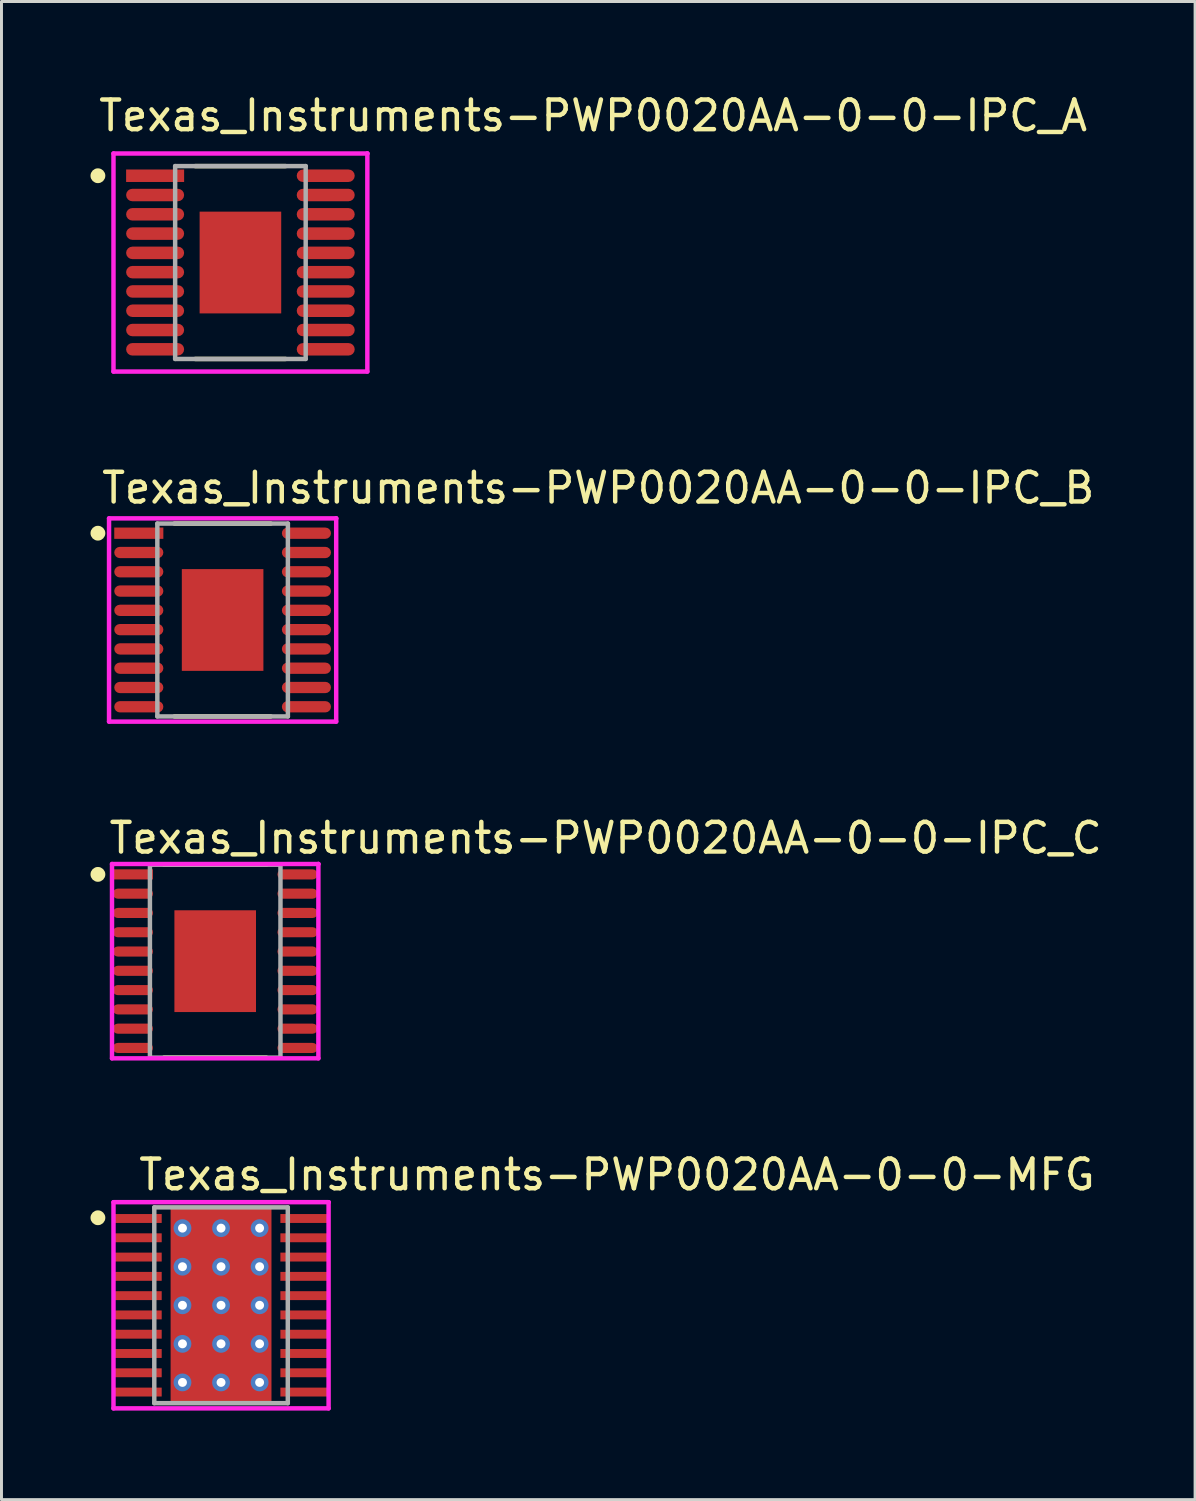
<source format=kicad_pcb>
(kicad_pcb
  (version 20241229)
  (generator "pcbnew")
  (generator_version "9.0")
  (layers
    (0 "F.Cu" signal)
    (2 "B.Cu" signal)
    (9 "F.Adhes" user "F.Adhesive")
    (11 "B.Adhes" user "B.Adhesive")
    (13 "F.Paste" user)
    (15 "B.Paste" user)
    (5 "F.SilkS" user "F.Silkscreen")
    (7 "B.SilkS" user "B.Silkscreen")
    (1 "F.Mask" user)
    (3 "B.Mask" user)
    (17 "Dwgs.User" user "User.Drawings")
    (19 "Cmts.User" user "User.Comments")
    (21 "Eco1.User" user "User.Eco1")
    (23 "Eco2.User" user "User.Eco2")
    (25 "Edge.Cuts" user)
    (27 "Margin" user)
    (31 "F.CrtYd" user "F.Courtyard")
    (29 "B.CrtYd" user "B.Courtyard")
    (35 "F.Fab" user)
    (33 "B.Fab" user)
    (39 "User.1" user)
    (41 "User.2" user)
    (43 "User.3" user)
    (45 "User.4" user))
  (footprint "Texas_Instruments-PWP0020AA-0-0-IPC_B"
    (layer "F.Cu")
    (at 4.453 17.846)
    (property "Reference" "Texas_Instruments-PWP0020AA-0-0-IPC_B" (at -4.153 -4.45 0) (layer "F.SilkS") (effects (font (size 1 1) (thickness 0.15)) (justify left)))
    (attr through_hole)
    (fp_line (start -1.623 -3.25) (end 1.623 -3.25) (stroke (width 0.15) (type solid)) (layer "F.SilkS"))
    (fp_line (start -1.623 3.25) (end 1.623 3.25) (stroke (width 0.15) (type solid)) (layer "F.SilkS"))
    (fp_circle (center -4.203 -2.925) (end -4.078 -2.925) (stroke (width 0.25) (type solid)) (fill no) (layer "F.SilkS"))
    (fp_poly (pts (xy -0.816 -1.156) (xy 0.816 -1.156) (xy 0.816 1.156) (xy -0.816 1.156)) (stroke (width 0) (type solid)) (fill yes) (layer "F.Paste"))
    (fp_line (start -3.828 -3.425) (end -3.828 3.425) (stroke (width 0.15) (type solid)) (layer "F.CrtYd"))
    (fp_line (start -3.828 3.425) (end 3.828 3.425) (stroke (width 0.15) (type solid)) (layer "F.CrtYd"))
    (fp_line (start 3.828 -3.425) (end -3.828 -3.425) (stroke (width 0.15) (type solid)) (layer "F.CrtYd"))
    (fp_line (start 3.828 -3.425) (end 3.828 -3.425) (stroke (width 0.15) (type solid)) (layer "F.CrtYd"))
    (fp_line (start 3.828 3.425) (end 3.828 -3.425) (stroke (width 0.15) (type solid)) (layer "F.CrtYd"))
    (fp_line (start -2.2 -3.25) (end 2.2 -3.25) (stroke (width 0.15) (type solid)) (layer "F.Fab"))
    (fp_line (start -2.2 3.25) (end -2.2 -3.25) (stroke (width 0.15) (type solid)) (layer "F.Fab"))
    (fp_line (start 2.2 -3.25) (end 2.2 3.25) (stroke (width 0.15) (type solid)) (layer "F.Fab"))
    (fp_line (start 2.2 3.25) (end -2.2 3.25) (stroke (width 0.15) (type solid)) (layer "F.Fab"))
    (pad "1" smd rect (at -2.825 -2.925) (size 1.655 0.381) (layers "F.Cu" "F.Mask" "F.Paste"))
    (pad "2" smd roundrect (at -2.825 -2.275) (size 1.655 0.381) (layers "F.Cu" "F.Mask" "F.Paste") (roundrect_rratio 0.5))
    (pad "3" smd roundrect (at -2.825 -1.625) (size 1.655 0.381) (layers "F.Cu" "F.Mask" "F.Paste") (roundrect_rratio 0.5))
    (pad "4" smd roundrect (at -2.825 -0.975) (size 1.655 0.381) (layers "F.Cu" "F.Mask" "F.Paste") (roundrect_rratio 0.5))
    (pad "5" smd roundrect (at -2.825 -0.325) (size 1.655 0.381) (layers "F.Cu" "F.Mask" "F.Paste") (roundrect_rratio 0.5))
    (pad "6" smd roundrect (at -2.825 0.325) (size 1.655 0.381) (layers "F.Cu" "F.Mask" "F.Paste") (roundrect_rratio 0.5))
    (pad "7" smd roundrect (at -2.825 0.975) (size 1.655 0.381) (layers "F.Cu" "F.Mask" "F.Paste") (roundrect_rratio 0.5))
    (pad "8" smd roundrect (at -2.825 1.625) (size 1.655 0.381) (layers "F.Cu" "F.Mask" "F.Paste") (roundrect_rratio 0.5))
    (pad "9" smd roundrect (at -2.825 2.275) (size 1.655 0.381) (layers "F.Cu" "F.Mask" "F.Paste") (roundrect_rratio 0.5))
    (pad "10" smd roundrect (at -2.825 2.925) (size 1.655 0.381) (layers "F.Cu" "F.Mask" "F.Paste") (roundrect_rratio 0.5))
    (pad "11" smd roundrect (at 2.825 2.925) (size 1.655 0.381) (layers "F.Cu" "F.Mask" "F.Paste") (roundrect_rratio 0.5))
    (pad "12" smd roundrect (at 2.825 2.275) (size 1.655 0.381) (layers "F.Cu" "F.Mask" "F.Paste") (roundrect_rratio 0.5))
    (pad "13" smd roundrect (at 2.825 1.625) (size 1.655 0.381) (layers "F.Cu" "F.Mask" "F.Paste") (roundrect_rratio 0.5))
    (pad "14" smd roundrect (at 2.825 0.975) (size 1.655 0.381) (layers "F.Cu" "F.Mask" "F.Paste") (roundrect_rratio 0.5))
    (pad "15" smd roundrect (at 2.825 0.325) (size 1.655 0.381) (layers "F.Cu" "F.Mask" "F.Paste") (roundrect_rratio 0.5))
    (pad "16" smd roundrect (at 2.825 -0.325) (size 1.655 0.381) (layers "F.Cu" "F.Mask" "F.Paste") (roundrect_rratio 0.5))
    (pad "17" smd roundrect (at 2.825 -0.975) (size 1.655 0.381) (layers "F.Cu" "F.Mask" "F.Paste") (roundrect_rratio 0.5))
    (pad "18" smd roundrect (at 2.825 -1.625) (size 1.655 0.381) (layers "F.Cu" "F.Mask" "F.Paste") (roundrect_rratio 0.5))
    (pad "19" smd roundrect (at 2.825 -2.275) (size 1.655 0.381) (layers "F.Cu" "F.Mask" "F.Paste") (roundrect_rratio 0.5))
    (pad "20" smd roundrect (at 2.825 -2.925) (size 1.655 0.381) (layers "F.Cu" "F.Mask" "F.Paste") (roundrect_rratio 0.5))
    (pad "21" smd rect (at 0 0) (size 2.75 3.43) (layers "F.Cu" "F.Mask")))
  (footprint "Texas_Instruments-PWP0020AA-0-0-IPC_C"
    (layer "F.Cu")
    (at 4.203 29.345)
    (property "Reference" "Texas_Instruments-PWP0020AA-0-0-IPC_C" (at -3.653 -4.15 0) (layer "F.SilkS") (effects (font (size 1 1) (thickness 0.15)) (justify left)))
    (attr through_hole)
    (fp_line (start -1.723 -3.25) (end 1.723 -3.25) (stroke (width 0.15) (type solid)) (layer "F.SilkS"))
    (fp_line (start -1.723 3.25) (end 1.723 3.25) (stroke (width 0.15) (type solid)) (layer "F.SilkS"))
    (fp_circle (center -3.953 -2.925) (end -3.828 -2.925) (stroke (width 0.25) (type solid)) (fill no) (layer "F.SilkS"))
    (fp_poly (pts (xy -0.816 -1.156) (xy 0.816 -1.156) (xy 0.816 1.156) (xy -0.816 1.156)) (stroke (width 0) (type solid)) (fill yes) (layer "F.Paste"))
    (fp_line (start -3.478 -3.275) (end -3.478 3.275) (stroke (width 0.15) (type solid)) (layer "F.CrtYd"))
    (fp_line (start -3.478 3.275) (end 3.478 3.275) (stroke (width 0.15) (type solid)) (layer "F.CrtYd"))
    (fp_line (start 3.478 -3.275) (end -3.478 -3.275) (stroke (width 0.15) (type solid)) (layer "F.CrtYd"))
    (fp_line (start 3.478 -3.275) (end 3.478 -3.275) (stroke (width 0.15) (type solid)) (layer "F.CrtYd"))
    (fp_line (start 3.478 3.275) (end 3.478 -3.275) (stroke (width 0.15) (type solid)) (layer "F.CrtYd"))
    (fp_line (start -2.2 -3.25) (end 2.2 -3.25) (stroke (width 0.15) (type solid)) (layer "F.Fab"))
    (fp_line (start -2.2 3.25) (end -2.2 -3.25) (stroke (width 0.15) (type solid)) (layer "F.Fab"))
    (fp_line (start 2.2 -3.25) (end 2.2 3.25) (stroke (width 0.15) (type solid)) (layer "F.Fab"))
    (fp_line (start 2.2 3.25) (end -2.2 3.25) (stroke (width 0.15) (type solid)) (layer "F.Fab"))
    (pad "1" smd rect (at -2.775 -2.925) (size 1.355 0.341) (layers "F.Cu" "F.Mask" "F.Paste"))
    (pad "2" smd roundrect (at -2.775 -2.275) (size 1.355 0.341) (layers "F.Cu" "F.Mask" "F.Paste") (roundrect_rratio 0.5))
    (pad "3" smd roundrect (at -2.775 -1.625) (size 1.355 0.341) (layers "F.Cu" "F.Mask" "F.Paste") (roundrect_rratio 0.5))
    (pad "4" smd roundrect (at -2.775 -0.975) (size 1.355 0.341) (layers "F.Cu" "F.Mask" "F.Paste") (roundrect_rratio 0.5))
    (pad "5" smd roundrect (at -2.775 -0.325) (size 1.355 0.341) (layers "F.Cu" "F.Mask" "F.Paste") (roundrect_rratio 0.5))
    (pad "6" smd roundrect (at -2.775 0.325) (size 1.355 0.341) (layers "F.Cu" "F.Mask" "F.Paste") (roundrect_rratio 0.5))
    (pad "7" smd roundrect (at -2.775 0.975) (size 1.355 0.341) (layers "F.Cu" "F.Mask" "F.Paste") (roundrect_rratio 0.5))
    (pad "8" smd roundrect (at -2.775 1.625) (size 1.355 0.341) (layers "F.Cu" "F.Mask" "F.Paste") (roundrect_rratio 0.5))
    (pad "9" smd roundrect (at -2.775 2.275) (size 1.355 0.341) (layers "F.Cu" "F.Mask" "F.Paste") (roundrect_rratio 0.5))
    (pad "10" smd roundrect (at -2.775 2.925) (size 1.355 0.341) (layers "F.Cu" "F.Mask" "F.Paste") (roundrect_rratio 0.5))
    (pad "11" smd roundrect (at 2.775 2.925) (size 1.355 0.341) (layers "F.Cu" "F.Mask" "F.Paste") (roundrect_rratio 0.5))
    (pad "12" smd roundrect (at 2.775 2.275) (size 1.355 0.341) (layers "F.Cu" "F.Mask" "F.Paste") (roundrect_rratio 0.5))
    (pad "13" smd roundrect (at 2.775 1.625) (size 1.355 0.341) (layers "F.Cu" "F.Mask" "F.Paste") (roundrect_rratio 0.5))
    (pad "14" smd roundrect (at 2.775 0.975) (size 1.355 0.341) (layers "F.Cu" "F.Mask" "F.Paste") (roundrect_rratio 0.5))
    (pad "15" smd roundrect (at 2.775 0.325) (size 1.355 0.341) (layers "F.Cu" "F.Mask" "F.Paste") (roundrect_rratio 0.5))
    (pad "16" smd roundrect (at 2.775 -0.325) (size 1.355 0.341) (layers "F.Cu" "F.Mask" "F.Paste") (roundrect_rratio 0.5))
    (pad "17" smd roundrect (at 2.775 -0.975) (size 1.355 0.341) (layers "F.Cu" "F.Mask" "F.Paste") (roundrect_rratio 0.5))
    (pad "18" smd roundrect (at 2.775 -1.625) (size 1.355 0.341) (layers "F.Cu" "F.Mask" "F.Paste") (roundrect_rratio 0.5))
    (pad "19" smd roundrect (at 2.775 -2.275) (size 1.355 0.341) (layers "F.Cu" "F.Mask" "F.Paste") (roundrect_rratio 0.5))
    (pad "20" smd roundrect (at 2.775 -2.925) (size 1.355 0.341) (layers "F.Cu" "F.Mask" "F.Paste") (roundrect_rratio 0.5))
    (pad "21" smd rect (at 0 0) (size 2.75 3.43) (layers "F.Cu" "F.Mask")))
  (footprint "Texas_Instruments-PWP0020AA-0-0-MFG"
    (layer "F.Cu")
    (at 4.4 40.943)
    (property "Reference" "Texas_Instruments-PWP0020AA-0-0-MFG" (at -2.85 -4.4 0) (layer "F.SilkS") (effects (font (size 1 1) (thickness 0.15)) (justify left)))
    (attr through_hole)
    (fp_circle (center -4.15 -2.95) (end -4.025 -2.95) (stroke (width 0.25) (type solid)) (fill no) (layer "F.SilkS"))
    (fp_line (start -3.625 -3.475) (end -3.625 3.475) (stroke (width 0.15) (type solid)) (layer "F.CrtYd"))
    (fp_line (start -3.625 3.475) (end 3.625 3.475) (stroke (width 0.15) (type solid)) (layer "F.CrtYd"))
    (fp_line (start 3.625 -3.475) (end -3.625 -3.475) (stroke (width 0.15) (type solid)) (layer "F.CrtYd"))
    (fp_line (start 3.625 -3.475) (end 3.625 -3.475) (stroke (width 0.15) (type solid)) (layer "F.CrtYd"))
    (fp_line (start 3.625 3.475) (end 3.625 -3.475) (stroke (width 0.15) (type solid)) (layer "F.CrtYd"))
    (fp_line (start -2.25 -3.3) (end 2.25 -3.3) (stroke (width 0.15) (type solid)) (layer "F.Fab"))
    (fp_line (start -2.25 3.3) (end -2.25 -3.3) (stroke (width 0.15) (type solid)) (layer "F.Fab"))
    (fp_line (start 2.25 -3.3) (end 2.25 3.3) (stroke (width 0.15) (type solid)) (layer "F.Fab"))
    (fp_line (start 2.25 3.3) (end -2.25 3.3) (stroke (width 0.15) (type solid)) (layer "F.Fab"))
    (pad "" smd rect (at -2.8 -2.925) (size 1.55 0.25) (layers "F.Paste"))
    (pad "" smd rect (at -2.8 -2.275) (size 1.55 0.25) (layers "F.Paste"))
    (pad "" smd rect (at -2.8 -1.625) (size 1.55 0.25) (layers "F.Paste"))
    (pad "" smd rect (at -2.8 -0.975) (size 1.55 0.25) (layers "F.Paste"))
    (pad "" smd rect (at -2.8 -0.325) (size 1.55 0.25) (layers "F.Paste"))
    (pad "" smd rect (at -2.8 0.325) (size 1.55 0.25) (layers "F.Paste"))
    (pad "" smd rect (at -2.8 0.975) (size 1.55 0.25) (layers "F.Paste"))
    (pad "" smd rect (at -2.8 1.625) (size 1.55 0.25) (layers "F.Paste"))
    (pad "" smd rect (at -2.8 2.275) (size 1.55 0.25) (layers "F.Paste"))
    (pad "" smd rect (at -2.8 2.925) (size 1.55 0.25) (layers "F.Paste"))
    (pad "" smd rect (at 0 0) (size 2.4 3.7) (layers "F.Mask" "F.Paste"))
    (pad "" smd rect (at 2.8 -2.925) (size 1.55 0.25) (layers "F.Paste"))
    (pad "" smd rect (at 2.8 -2.275) (size 1.55 0.25) (layers "F.Paste"))
    (pad "" smd rect (at 2.8 -1.625) (size 1.55 0.25) (layers "F.Paste"))
    (pad "" smd rect (at 2.8 -0.975) (size 1.55 0.25) (layers "F.Paste"))
    (pad "" smd rect (at 2.8 -0.325) (size 1.55 0.25) (layers "F.Paste"))
    (pad "" smd rect (at 2.8 0.325) (size 1.55 0.25) (layers "F.Paste"))
    (pad "" smd rect (at 2.8 0.975) (size 1.55 0.25) (layers "F.Paste"))
    (pad "" smd rect (at 2.8 1.625) (size 1.55 0.25) (layers "F.Paste"))
    (pad "" smd rect (at 2.8 2.275) (size 1.55 0.25) (layers "F.Paste"))
    (pad "" smd rect (at 2.8 2.925) (size 1.55 0.25) (layers "F.Paste"))
    (pad "1" smd rect (at -2.8 -2.925) (size 1.6 0.3) (layers "F.Cu" "F.Mask"))
    (pad "2" smd rect (at -2.8 -2.275) (size 1.6 0.3) (layers "F.Cu" "F.Mask"))
    (pad "3" smd rect (at -2.8 -1.625) (size 1.6 0.3) (layers "F.Cu" "F.Mask"))
    (pad "4" smd rect (at -2.8 -0.975) (size 1.6 0.3) (layers "F.Cu" "F.Mask"))
    (pad "5" smd rect (at -2.8 -0.325) (size 1.6 0.3) (layers "F.Cu" "F.Mask"))
    (pad "6" smd rect (at -2.8 0.325) (size 1.6 0.3) (layers "F.Cu" "F.Mask"))
    (pad "7" smd rect (at -2.8 0.975) (size 1.6 0.3) (layers "F.Cu" "F.Mask"))
    (pad "8" smd rect (at -2.8 1.625) (size 1.6 0.3) (layers "F.Cu" "F.Mask"))
    (pad "9" smd rect (at -2.8 2.275) (size 1.6 0.3) (layers "F.Cu" "F.Mask"))
    (pad "10" smd rect (at -2.8 2.925) (size 1.6 0.3) (layers "F.Cu" "F.Mask"))
    (pad "11" smd rect (at 2.8 2.925) (size 1.6 0.3) (layers "F.Cu" "F.Mask"))
    (pad "12" smd rect (at 2.8 2.275) (size 1.6 0.3) (layers "F.Cu" "F.Mask"))
    (pad "13" smd rect (at 2.8 1.625) (size 1.6 0.3) (layers "F.Cu" "F.Mask"))
    (pad "14" smd rect (at 2.8 0.975) (size 1.6 0.3) (layers "F.Cu" "F.Mask"))
    (pad "15" smd rect (at 2.8 0.325) (size 1.6 0.3) (layers "F.Cu" "F.Mask"))
    (pad "16" smd rect (at 2.8 -0.325) (size 1.6 0.3) (layers "F.Cu" "F.Mask"))
    (pad "17" smd rect (at 2.8 -0.975) (size 1.6 0.3) (layers "F.Cu" "F.Mask"))
    (pad "18" smd rect (at 2.8 -1.625) (size 1.6 0.3) (layers "F.Cu" "F.Mask"))
    (pad "19" smd rect (at 2.8 -2.275) (size 1.6 0.3) (layers "F.Cu" "F.Mask"))
    (pad "20" smd rect (at 2.8 -2.925) (size 1.6 0.3) (layers "F.Cu" "F.Mask"))
    (pad "21" smd rect (at 0 0) (size 3.4 6.5) (layers "F.Cu"))
    (pad "~" thru_hole circle (at -1.3 -2.6) (size 0.6 0.6) (drill 0.3) (layers "*.Cu"))
    (pad "~" thru_hole circle (at -1.3 -1.3) (size 0.6 0.6) (drill 0.3) (layers "*.Cu"))
    (pad "~" thru_hole circle (at -1.3 0) (size 0.6 0.6) (drill 0.3) (layers "*.Cu"))
    (pad "~" thru_hole circle (at -1.3 1.3) (size 0.6 0.6) (drill 0.3) (layers "*.Cu"))
    (pad "~" thru_hole circle (at -1.3 2.6) (size 0.6 0.6) (drill 0.3) (layers "*.Cu"))
    (pad "~" thru_hole circle (at 0 -2.6) (size 0.6 0.6) (drill 0.3) (layers "*.Cu"))
    (pad "~" thru_hole circle (at 0 -1.3) (size 0.6 0.6) (drill 0.3) (layers "*.Cu"))
    (pad "~" thru_hole circle (at 0 0) (size 0.6 0.6) (drill 0.3) (layers "*.Cu"))
    (pad "~" thru_hole circle (at 0 1.3) (size 0.6 0.6) (drill 0.3) (layers "*.Cu"))
    (pad "~" thru_hole circle (at 0 2.6) (size 0.6 0.6) (drill 0.3) (layers "*.Cu"))
    (pad "~" thru_hole circle (at 1.3 -2.6) (size 0.6 0.6) (drill 0.3) (layers "*.Cu"))
    (pad "~" thru_hole circle (at 1.3 -1.3) (size 0.6 0.6) (drill 0.3) (layers "*.Cu"))
    (pad "~" thru_hole circle (at 1.3 0) (size 0.6 0.6) (drill 0.3) (layers "*.Cu"))
    (pad "~" thru_hole circle (at 1.3 1.3) (size 0.6 0.6) (drill 0.3) (layers "*.Cu"))
    (pad "~" thru_hole circle (at 1.3 2.6) (size 0.6 0.6) (drill 0.3) (layers "*.Cu")))
  (footprint "Texas_Instruments-PWP0020AA-0-0-IPC_A"
    (layer "F.Cu")
    (at 5.053 5.798)
    (property "Reference" "Texas_Instruments-PWP0020AA-0-0-IPC_A" (at -4.853 -4.95 0) (layer "F.SilkS") (effects (font (size 1 1) (thickness 0.15)) (justify left)))
    (attr through_hole)
    (fp_line (start -1.523 -3.25) (end 1.523 -3.25) (stroke (width 0.15) (type solid)) (layer "F.SilkS"))
    (fp_line (start -1.523 3.25) (end 1.523 3.25) (stroke (width 0.15) (type solid)) (layer "F.SilkS"))
    (fp_circle (center -4.803 -2.925) (end -4.678 -2.925) (stroke (width 0.25) (type solid)) (fill no) (layer "F.SilkS"))
    (fp_poly (pts (xy -0.816 -1.156) (xy 0.816 -1.156) (xy 0.816 1.156) (xy -0.816 1.156)) (stroke (width 0) (type solid)) (fill yes) (layer "F.Paste"))
    (fp_line (start -4.278 -3.675) (end -4.278 3.675) (stroke (width 0.15) (type solid)) (layer "F.CrtYd"))
    (fp_line (start -4.278 3.675) (end 4.278 3.675) (stroke (width 0.15) (type solid)) (layer "F.CrtYd"))
    (fp_line (start 4.278 -3.675) (end -4.278 -3.675) (stroke (width 0.15) (type solid)) (layer "F.CrtYd"))
    (fp_line (start 4.278 -3.675) (end 4.278 -3.675) (stroke (width 0.15) (type solid)) (layer "F.CrtYd"))
    (fp_line (start 4.278 3.675) (end 4.278 -3.675) (stroke (width 0.15) (type solid)) (layer "F.CrtYd"))
    (fp_line (start -2.2 -3.25) (end 2.2 -3.25) (stroke (width 0.15) (type solid)) (layer "F.Fab"))
    (fp_line (start -2.2 3.25) (end -2.2 -3.25) (stroke (width 0.15) (type solid)) (layer "F.Fab"))
    (fp_line (start 2.2 -3.25) (end 2.2 3.25) (stroke (width 0.15) (type solid)) (layer "F.Fab"))
    (fp_line (start 2.2 3.25) (end -2.2 3.25) (stroke (width 0.15) (type solid)) (layer "F.Fab"))
    (pad "1" smd rect (at -2.875 -2.925) (size 1.955 0.421) (layers "F.Cu" "F.Mask" "F.Paste"))
    (pad "2" smd roundrect (at -2.875 -2.275) (size 1.955 0.421) (layers "F.Cu" "F.Mask" "F.Paste") (roundrect_rratio 0.5))
    (pad "3" smd roundrect (at -2.875 -1.625) (size 1.955 0.421) (layers "F.Cu" "F.Mask" "F.Paste") (roundrect_rratio 0.5))
    (pad "4" smd roundrect (at -2.875 -0.975) (size 1.955 0.421) (layers "F.Cu" "F.Mask" "F.Paste") (roundrect_rratio 0.5))
    (pad "5" smd roundrect (at -2.875 -0.325) (size 1.955 0.421) (layers "F.Cu" "F.Mask" "F.Paste") (roundrect_rratio 0.5))
    (pad "6" smd roundrect (at -2.875 0.325) (size 1.955 0.421) (layers "F.Cu" "F.Mask" "F.Paste") (roundrect_rratio 0.5))
    (pad "7" smd roundrect (at -2.875 0.975) (size 1.955 0.421) (layers "F.Cu" "F.Mask" "F.Paste") (roundrect_rratio 0.5))
    (pad "8" smd roundrect (at -2.875 1.625) (size 1.955 0.421) (layers "F.Cu" "F.Mask" "F.Paste") (roundrect_rratio 0.5))
    (pad "9" smd roundrect (at -2.875 2.275) (size 1.955 0.421) (layers "F.Cu" "F.Mask" "F.Paste") (roundrect_rratio 0.5))
    (pad "10" smd roundrect (at -2.875 2.925) (size 1.955 0.421) (layers "F.Cu" "F.Mask" "F.Paste") (roundrect_rratio 0.5))
    (pad "11" smd roundrect (at 2.875 2.925) (size 1.955 0.421) (layers "F.Cu" "F.Mask" "F.Paste") (roundrect_rratio 0.5))
    (pad "12" smd roundrect (at 2.875 2.275) (size 1.955 0.421) (layers "F.Cu" "F.Mask" "F.Paste") (roundrect_rratio 0.5))
    (pad "13" smd roundrect (at 2.875 1.625) (size 1.955 0.421) (layers "F.Cu" "F.Mask" "F.Paste") (roundrect_rratio 0.5))
    (pad "14" smd roundrect (at 2.875 0.975) (size 1.955 0.421) (layers "F.Cu" "F.Mask" "F.Paste") (roundrect_rratio 0.5))
    (pad "15" smd roundrect (at 2.875 0.325) (size 1.955 0.421) (layers "F.Cu" "F.Mask" "F.Paste") (roundrect_rratio 0.5))
    (pad "16" smd roundrect (at 2.875 -0.325) (size 1.955 0.421) (layers "F.Cu" "F.Mask" "F.Paste") (roundrect_rratio 0.5))
    (pad "17" smd roundrect (at 2.875 -0.975) (size 1.955 0.421) (layers "F.Cu" "F.Mask" "F.Paste") (roundrect_rratio 0.5))
    (pad "18" smd roundrect (at 2.875 -1.625) (size 1.955 0.421) (layers "F.Cu" "F.Mask" "F.Paste") (roundrect_rratio 0.5))
    (pad "19" smd roundrect (at 2.875 -2.275) (size 1.955 0.421) (layers "F.Cu" "F.Mask" "F.Paste") (roundrect_rratio 0.5))
    (pad "20" smd roundrect (at 2.875 -2.925) (size 1.955 0.421) (layers "F.Cu" "F.Mask" "F.Paste") (roundrect_rratio 0.5))
    (pad "21" smd rect (at 0 0) (size 2.75 3.43) (layers "F.Cu" "F.Mask")))
  (gr_rect
    (start -3 -3)
    (end 37.229 47.493)
    (stroke (width 0.1) (type default))
    (fill no)
    (layer "Edge.Cuts")))
</source>
